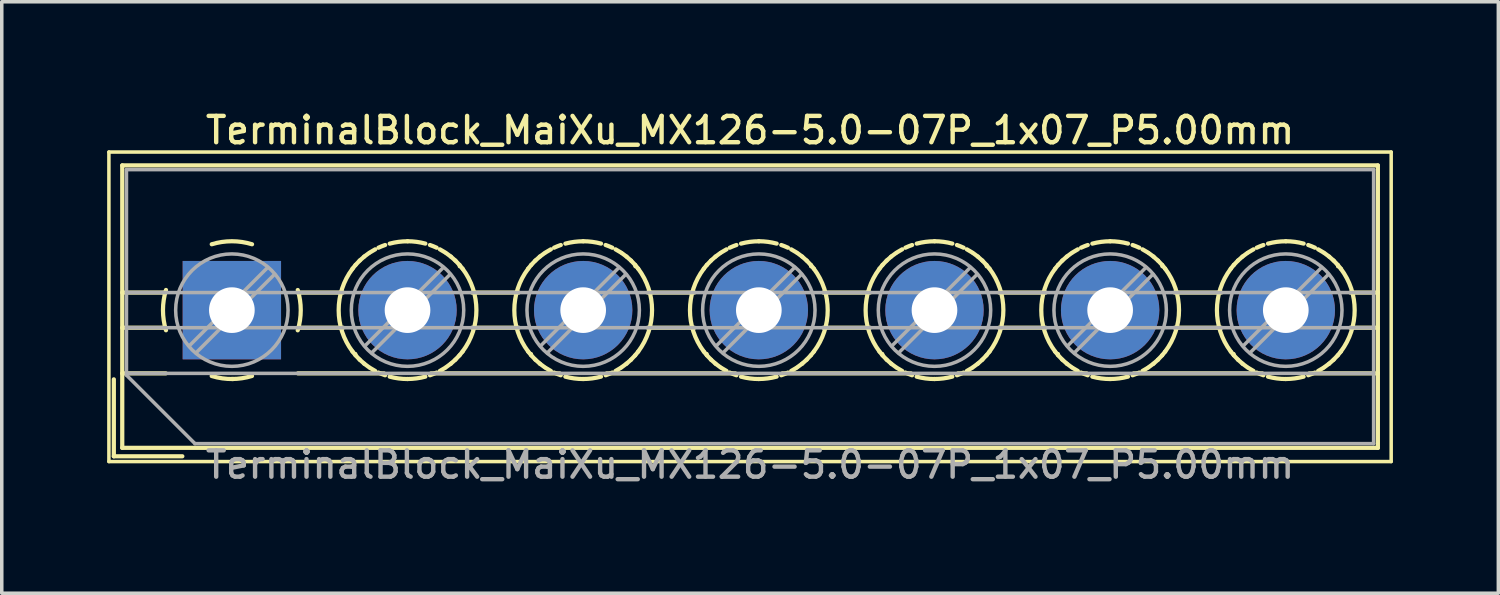
<source format=kicad_pcb>
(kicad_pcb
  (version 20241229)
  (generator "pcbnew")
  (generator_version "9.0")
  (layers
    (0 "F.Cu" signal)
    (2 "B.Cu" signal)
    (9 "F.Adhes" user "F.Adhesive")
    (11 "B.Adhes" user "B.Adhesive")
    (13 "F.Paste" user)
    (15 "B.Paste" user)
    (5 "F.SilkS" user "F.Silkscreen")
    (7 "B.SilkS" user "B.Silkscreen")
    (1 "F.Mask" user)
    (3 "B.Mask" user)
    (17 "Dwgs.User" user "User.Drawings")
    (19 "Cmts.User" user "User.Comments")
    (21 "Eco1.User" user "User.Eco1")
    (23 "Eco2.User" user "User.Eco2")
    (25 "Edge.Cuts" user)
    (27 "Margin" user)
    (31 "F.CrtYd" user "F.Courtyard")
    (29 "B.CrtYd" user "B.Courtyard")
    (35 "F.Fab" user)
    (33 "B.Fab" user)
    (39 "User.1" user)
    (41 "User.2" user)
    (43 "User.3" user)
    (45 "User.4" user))
  (footprint "TerminalBlock_MaiXu_MX126-5.0-07P_1x07_P5.00mm"
    (layer "F.Cu")
    (at 3.55 5.778)
    (property "Reference" "TerminalBlock_MaiXu_MX126-5.0-07P_1x07_P5.00mm" (at 14.75 -5.12 0) (layer "F.SilkS") (effects (font (size 0.75 0.75) (thickness 0.125))))
    (attr through_hole)
    (fp_line (start -3.5 -4.5) (end -3.5 4.31) (stroke (width 0.1) (type solid)) (layer "F.SilkS"))
    (fp_line (start -3.5 4.31) (end 33 4.31) (stroke (width 0.1) (type solid)) (layer "F.SilkS"))
    (fp_line (start -3.36 1.97) (end -3.36 4.16) (stroke (width 0.12) (type solid)) (layer "F.SilkS"))
    (fp_line (start -3.36 4.16) (end -1.41 4.16) (stroke (width 0.12) (type solid)) (layer "F.SilkS"))
    (fp_line (start -3.12 -4.12) (end -3.12 3.92) (stroke (width 0.12) (type solid)) (layer "F.SilkS"))
    (fp_line (start -3.12 -4.12) (end 32.621 -4.12) (stroke (width 0.12) (type solid)) (layer "F.SilkS"))
    (fp_line (start -3.12 -0.5) (end -1.88 -0.5) (stroke (width 0.12) (type solid)) (layer "F.SilkS"))
    (fp_line (start -3.12 0.5) (end -1.88 0.5) (stroke (width 0.12) (type solid)) (layer "F.SilkS"))
    (fp_line (start -3.12 1.8) (end -1.88 1.8) (stroke (width 0.12) (type solid)) (layer "F.SilkS"))
    (fp_line (start -3.12 3.92) (end 32.621 3.92) (stroke (width 0.12) (type solid)) (layer "F.SilkS"))
    (fp_line (start 1.88 -0.5) (end 3.165 -0.5) (stroke (width 0.12) (type solid)) (layer "F.SilkS"))
    (fp_line (start 1.88 0.5) (end 3.165 0.5) (stroke (width 0.12) (type solid)) (layer "F.SilkS"))
    (fp_line (start 1.88 1.8) (end 4.331 1.8) (stroke (width 0.12) (type solid)) (layer "F.SilkS"))
    (fp_line (start 3.514 1.248) (end 3.514 1.248) (stroke (width 0.12) (type solid)) (layer "F.SilkS"))
    (fp_line (start 5.67 1.8) (end 9.331 1.8) (stroke (width 0.12) (type solid)) (layer "F.SilkS"))
    (fp_line (start 6.487 -1.248) (end 6.487 -1.248) (stroke (width 0.12) (type solid)) (layer "F.SilkS"))
    (fp_line (start 6.836 -0.5) (end 8.165 -0.5) (stroke (width 0.12) (type solid)) (layer "F.SilkS"))
    (fp_line (start 6.836 0.5) (end 8.165 0.5) (stroke (width 0.12) (type solid)) (layer "F.SilkS"))
    (fp_line (start 8.514 1.248) (end 8.514 1.248) (stroke (width 0.12) (type solid)) (layer "F.SilkS"))
    (fp_line (start 10.67 1.8) (end 14.331 1.8) (stroke (width 0.12) (type solid)) (layer "F.SilkS"))
    (fp_line (start 11.487 -1.248) (end 11.487 -1.248) (stroke (width 0.12) (type solid)) (layer "F.SilkS"))
    (fp_line (start 11.836 -0.5) (end 13.165 -0.5) (stroke (width 0.12) (type solid)) (layer "F.SilkS"))
    (fp_line (start 11.836 0.5) (end 13.165 0.5) (stroke (width 0.12) (type solid)) (layer "F.SilkS"))
    (fp_line (start 13.514 1.248) (end 13.514 1.248) (stroke (width 0.12) (type solid)) (layer "F.SilkS"))
    (fp_line (start 15.67 1.8) (end 19.331 1.8) (stroke (width 0.12) (type solid)) (layer "F.SilkS"))
    (fp_line (start 16.487 -1.248) (end 16.487 -1.248) (stroke (width 0.12) (type solid)) (layer "F.SilkS"))
    (fp_line (start 16.836 -0.5) (end 18.165 -0.5) (stroke (width 0.12) (type solid)) (layer "F.SilkS"))
    (fp_line (start 16.836 0.5) (end 18.165 0.5) (stroke (width 0.12) (type solid)) (layer "F.SilkS"))
    (fp_line (start 18.514 1.248) (end 18.514 1.248) (stroke (width 0.12) (type solid)) (layer "F.SilkS"))
    (fp_line (start 20.67 1.8) (end 24.331 1.8) (stroke (width 0.12) (type solid)) (layer "F.SilkS"))
    (fp_line (start 21.487 -1.248) (end 21.487 -1.248) (stroke (width 0.12) (type solid)) (layer "F.SilkS"))
    (fp_line (start 21.836 -0.5) (end 23.165 -0.5) (stroke (width 0.12) (type solid)) (layer "F.SilkS"))
    (fp_line (start 21.836 0.5) (end 23.165 0.5) (stroke (width 0.12) (type solid)) (layer "F.SilkS"))
    (fp_line (start 23.514 1.248) (end 23.514 1.248) (stroke (width 0.12) (type solid)) (layer "F.SilkS"))
    (fp_line (start 25.67 1.8) (end 29.331 1.8) (stroke (width 0.12) (type solid)) (layer "F.SilkS"))
    (fp_line (start 26.487 -1.248) (end 26.487 -1.248) (stroke (width 0.12) (type solid)) (layer "F.SilkS"))
    (fp_line (start 26.836 -0.5) (end 28.165 -0.5) (stroke (width 0.12) (type solid)) (layer "F.SilkS"))
    (fp_line (start 26.836 0.5) (end 28.165 0.5) (stroke (width 0.12) (type solid)) (layer "F.SilkS"))
    (fp_line (start 28.514 1.248) (end 28.514 1.248) (stroke (width 0.12) (type solid)) (layer "F.SilkS"))
    (fp_line (start 30.67 1.8) (end 32.621 1.8) (stroke (width 0.12) (type solid)) (layer "F.SilkS"))
    (fp_line (start 31.487 -1.248) (end 31.487 -1.248) (stroke (width 0.12) (type solid)) (layer "F.SilkS"))
    (fp_line (start 31.836 -0.5) (end 32.621 -0.5) (stroke (width 0.12) (type solid)) (layer "F.SilkS"))
    (fp_line (start 31.836 0.5) (end 32.621 0.5) (stroke (width 0.12) (type solid)) (layer "F.SilkS"))
    (fp_line (start 32.621 -4.12) (end 32.621 3.92) (stroke (width 0.12) (type solid)) (layer "F.SilkS"))
    (fp_line (start 33 -4.5) (end -3.5 -4.5) (stroke (width 0.1) (type solid)) (layer "F.SilkS"))
    (fp_line (start 33 4.31) (end 33 -4.5) (stroke (width 0.1) (type solid)) (layer "F.SilkS"))
    (fp_arc (start -1.875422 0.572619) (mid -1.960893 -0.000722) (end -1.875 -0.574) (stroke (width 0.12) (type solid)) (layer "F.SilkS"))
    (fp_arc (start -0.572619 -1.875422) (mid 0.000722 -1.960893) (end 0.574 -1.875) (stroke (width 0.12) (type solid)) (layer "F.SilkS"))
    (fp_arc (start 0.0335 1.960607) (mid -0.273618 1.941709) (end -0.574 1.875) (stroke (width 0.12) (type solid)) (layer "F.SilkS"))
    (fp_arc (start 0.573049 1.874357) (mid 0.289706 1.938471) (end 0 1.96) (stroke (width 0.12) (type solid)) (layer "F.SilkS"))
    (fp_arc (start 1.875422 -0.572619) (mid 1.960893 0.000722) (end 1.875 0.574) (stroke (width 0.12) (type solid)) (layer "F.SilkS"))
    (fp_arc (start 3.434339 1.179122) (mid 3.039994 -0.000549) (end 3.435 -1.18) (stroke (width 0.12) (type solid)) (layer "F.SilkS"))
    (fp_arc (start 3.434826 -1.180695) (mid 3.476985 -1.2346) (end 3.521 -1.287) (stroke (width 0.12) (type solid)) (layer "F.SilkS"))
    (fp_arc (start 3.521125 1.286294) (mid 3.477135 1.233899) (end 3.435 1.18) (stroke (width 0.12) (type solid)) (layer "F.SilkS"))
    (fp_arc (start 3.521202 -1.287012) (mid 3.578748 -1.350291) (end 3.639 -1.411) (stroke (width 0.12) (type solid)) (layer "F.SilkS"))
    (fp_arc (start 3.63871 1.41001) (mid 3.578502 1.349289) (end 3.521 1.286) (stroke (width 0.12) (type solid)) (layer "F.SilkS"))
    (fp_arc (start 3.638867 -1.410738) (mid 3.701698 -1.468767) (end 3.767 -1.524) (stroke (width 0.12) (type solid)) (layer "F.SilkS"))
    (fp_arc (start 3.767069 1.523253) (mid 3.701799 1.468024) (end 3.639 1.41) (stroke (width 0.12) (type solid)) (layer "F.SilkS"))
    (fp_arc (start 3.767452 -1.524377) (mid 3.835117 -1.576689) (end 3.905 -1.626) (stroke (width 0.12) (type solid)) (layer "F.SilkS"))
    (fp_arc (start 3.904517 1.625664) (mid 3.834649 1.576332) (end 3.767 1.524) (stroke (width 0.12) (type solid)) (layer "F.SilkS"))
    (fp_arc (start 3.93363 -1.644317) (mid 4.00637 -1.689266) (end 4.081 -1.731) (stroke (width 0.12) (type solid)) (layer "F.SilkS"))
    (fp_arc (start 4.080344 1.730739) (mid 4.005726 1.688977) (end 3.933 1.644) (stroke (width 0.12) (type solid)) (layer "F.SilkS"))
    (fp_arc (start 4.172694 -1.777259) (mid 4.266842 -1.818121) (end 4.363 -1.854) (stroke (width 0.12) (type solid)) (layer "F.SilkS"))
    (fp_arc (start 4.362283 1.853815) (mid 4.266136 1.817899) (end 4.172 1.777) (stroke (width 0.12) (type solid)) (layer "F.SilkS"))
    (fp_arc (start 4.493681 -1.893473) (mid 4.74516 -1.943362) (end 5.001 -1.96) (stroke (width 0.12) (type solid)) (layer "F.SilkS"))
    (fp_arc (start 5.000479 1.960685) (mid 4.744554 1.943973) (end 4.493 1.894) (stroke (width 0.12) (type solid)) (layer "F.SilkS"))
    (fp_arc (start 5.000487 -1.960944) (mid 5.256437 -1.944104) (end 5.508 -1.894) (stroke (width 0.12) (type solid)) (layer "F.SilkS"))
    (fp_arc (start 5.507285 1.893215) (mid 5.255831 1.943232) (end 5 1.96) (stroke (width 0.12) (type solid)) (layer "F.SilkS"))
    (fp_arc (start 5.638712 -1.85392) (mid 5.734863 -1.817951) (end 5.829 -1.777) (stroke (width 0.12) (type solid)) (layer "F.SilkS"))
    (fp_arc (start 5.829295 1.77705) (mid 5.735155 1.818016) (end 5.639 1.854) (stroke (width 0.12) (type solid)) (layer "F.SilkS"))
    (fp_arc (start 5.920652 -1.730826) (mid 5.995273 -1.689021) (end 6.068 -1.644) (stroke (width 0.12) (type solid)) (layer "F.SilkS"))
    (fp_arc (start 6.068362 1.644143) (mid 5.995629 1.689179) (end 5.921 1.731) (stroke (width 0.12) (type solid)) (layer "F.SilkS"))
    (fp_arc (start 6.096479 -1.625751) (mid 6.16635 -1.576376) (end 6.234 -1.524) (stroke (width 0.12) (type solid)) (layer "F.SilkS"))
    (fp_arc (start 6.233457 1.523294) (mid 6.165838 1.575647) (end 6.096 1.625) (stroke (width 0.12) (type solid)) (layer "F.SilkS"))
    (fp_arc (start 6.233928 -1.523341) (mid 6.2992 -1.468068) (end 6.362 -1.41) (stroke (width 0.12) (type solid)) (layer "F.SilkS"))
    (fp_arc (start 6.36213 1.410651) (mid 6.299301 1.468723) (end 6.234 1.524) (stroke (width 0.12) (type solid)) (layer "F.SilkS"))
    (fp_arc (start 6.362286 -1.410097) (mid 6.422497 -1.349333) (end 6.48 -1.286) (stroke (width 0.12) (type solid)) (layer "F.SilkS"))
    (fp_arc (start 6.479707 1.285928) (mid 6.422207 1.349248) (end 6.362 1.41) (stroke (width 0.12) (type solid)) (layer "F.SilkS"))
    (fp_arc (start 6.479873 -1.286364) (mid 6.523865 -1.233934) (end 6.566 -1.18) (stroke (width 0.12) (type solid)) (layer "F.SilkS"))
    (fp_arc (start 6.565937 -1.180084) (mid 6.960805 -0.000052) (end 6.566 1.18) (stroke (width 0.12) (type solid)) (layer "F.SilkS"))
    (fp_arc (start 6.566102 1.179628) (mid 6.523979 1.233565) (end 6.48 1.286) (stroke (width 0.12) (type solid)) (layer "F.SilkS"))
    (fp_arc (start 8.434339 1.179122) (mid 8.039994 -0.000549) (end 8.435 -1.18) (stroke (width 0.12) (type solid)) (layer "F.SilkS"))
    (fp_arc (start 8.434826 -1.180695) (mid 8.476985 -1.2346) (end 8.521 -1.287) (stroke (width 0.12) (type solid)) (layer "F.SilkS"))
    (fp_arc (start 8.521125 1.286294) (mid 8.477135 1.233899) (end 8.435 1.18) (stroke (width 0.12) (type solid)) (layer "F.SilkS"))
    (fp_arc (start 8.521202 -1.287012) (mid 8.578748 -1.350291) (end 8.639 -1.411) (stroke (width 0.12) (type solid)) (layer "F.SilkS"))
    (fp_arc (start 8.63871 1.41001) (mid 8.578502 1.349289) (end 8.521 1.286) (stroke (width 0.12) (type solid)) (layer "F.SilkS"))
    (fp_arc (start 8.638867 -1.410738) (mid 8.701698 -1.468767) (end 8.767 -1.524) (stroke (width 0.12) (type solid)) (layer "F.SilkS"))
    (fp_arc (start 8.767069 1.523253) (mid 8.701799 1.468024) (end 8.639 1.41) (stroke (width 0.12) (type solid)) (layer "F.SilkS"))
    (fp_arc (start 8.767452 -1.524377) (mid 8.835117 -1.576689) (end 8.905 -1.626) (stroke (width 0.12) (type solid)) (layer "F.SilkS"))
    (fp_arc (start 8.904517 1.625664) (mid 8.834649 1.576332) (end 8.767 1.524) (stroke (width 0.12) (type solid)) (layer "F.SilkS"))
    (fp_arc (start 8.93363 -1.644317) (mid 9.00637 -1.689266) (end 9.081 -1.731) (stroke (width 0.12) (type solid)) (layer "F.SilkS"))
    (fp_arc (start 9.080344 1.730739) (mid 9.005726 1.688977) (end 8.933 1.644) (stroke (width 0.12) (type solid)) (layer "F.SilkS"))
    (fp_arc (start 9.172694 -1.777259) (mid 9.266842 -1.818121) (end 9.363 -1.854) (stroke (width 0.12) (type solid)) (layer "F.SilkS"))
    (fp_arc (start 9.362283 1.853815) (mid 9.266136 1.817899) (end 9.172 1.777) (stroke (width 0.12) (type solid)) (layer "F.SilkS"))
    (fp_arc (start 9.493681 -1.893473) (mid 9.74516 -1.943362) (end 10.001 -1.96) (stroke (width 0.12) (type solid)) (layer "F.SilkS"))
    (fp_arc (start 10.000479 1.960685) (mid 9.744554 1.943973) (end 9.493 1.894) (stroke (width 0.12) (type solid)) (layer "F.SilkS"))
    (fp_arc (start 10.000487 -1.960944) (mid 10.256437 -1.944104) (end 10.508 -1.894) (stroke (width 0.12) (type solid)) (layer "F.SilkS"))
    (fp_arc (start 10.507285 1.893215) (mid 10.255831 1.943232) (end 10 1.96) (stroke (width 0.12) (type solid)) (layer "F.SilkS"))
    (fp_arc (start 10.638712 -1.85392) (mid 10.734863 -1.817951) (end 10.829 -1.777) (stroke (width 0.12) (type solid)) (layer "F.SilkS"))
    (fp_arc (start 10.829295 1.77705) (mid 10.735155 1.818016) (end 10.639 1.854) (stroke (width 0.12) (type solid)) (layer "F.SilkS"))
    (fp_arc (start 10.920652 -1.730826) (mid 10.995273 -1.689021) (end 11.068 -1.644) (stroke (width 0.12) (type solid)) (layer "F.SilkS"))
    (fp_arc (start 11.068362 1.644143) (mid 10.995629 1.689179) (end 10.921 1.731) (stroke (width 0.12) (type solid)) (layer "F.SilkS"))
    (fp_arc (start 11.096479 -1.625751) (mid 11.16635 -1.576376) (end 11.234 -1.524) (stroke (width 0.12) (type solid)) (layer "F.SilkS"))
    (fp_arc (start 11.233457 1.523294) (mid 11.165838 1.575647) (end 11.096 1.625) (stroke (width 0.12) (type solid)) (layer "F.SilkS"))
    (fp_arc (start 11.233928 -1.523341) (mid 11.2992 -1.468068) (end 11.362 -1.41) (stroke (width 0.12) (type solid)) (layer "F.SilkS"))
    (fp_arc (start 11.36213 1.410651) (mid 11.299301 1.468723) (end 11.234 1.524) (stroke (width 0.12) (type solid)) (layer "F.SilkS"))
    (fp_arc (start 11.362286 -1.410097) (mid 11.422497 -1.349333) (end 11.48 -1.286) (stroke (width 0.12) (type solid)) (layer "F.SilkS"))
    (fp_arc (start 11.479707 1.285928) (mid 11.422207 1.349248) (end 11.362 1.41) (stroke (width 0.12) (type solid)) (layer "F.SilkS"))
    (fp_arc (start 11.479873 -1.286364) (mid 11.523865 -1.233934) (end 11.566 -1.18) (stroke (width 0.12) (type solid)) (layer "F.SilkS"))
    (fp_arc (start 11.565937 -1.180084) (mid 11.960805 -0.000052) (end 11.566 1.18) (stroke (width 0.12) (type solid)) (layer "F.SilkS"))
    (fp_arc (start 11.566102 1.179628) (mid 11.523979 1.233565) (end 11.48 1.286) (stroke (width 0.12) (type solid)) (layer "F.SilkS"))
    (fp_arc (start 13.434339 1.179122) (mid 13.039994 -0.000549) (end 13.435 -1.18) (stroke (width 0.12) (type solid)) (layer "F.SilkS"))
    (fp_arc (start 13.434826 -1.180695) (mid 13.476985 -1.2346) (end 13.521 -1.287) (stroke (width 0.12) (type solid)) (layer "F.SilkS"))
    (fp_arc (start 13.521125 1.286294) (mid 13.477135 1.233899) (end 13.435 1.18) (stroke (width 0.12) (type solid)) (layer "F.SilkS"))
    (fp_arc (start 13.521202 -1.287012) (mid 13.578748 -1.350291) (end 13.639 -1.411) (stroke (width 0.12) (type solid)) (layer "F.SilkS"))
    (fp_arc (start 13.63871 1.41001) (mid 13.578502 1.349289) (end 13.521 1.286) (stroke (width 0.12) (type solid)) (layer "F.SilkS"))
    (fp_arc (start 13.638867 -1.410738) (mid 13.701698 -1.468767) (end 13.767 -1.524) (stroke (width 0.12) (type solid)) (layer "F.SilkS"))
    (fp_arc (start 13.767069 1.523253) (mid 13.701799 1.468024) (end 13.639 1.41) (stroke (width 0.12) (type solid)) (layer "F.SilkS"))
    (fp_arc (start 13.767452 -1.524377) (mid 13.835117 -1.576689) (end 13.905 -1.626) (stroke (width 0.12) (type solid)) (layer "F.SilkS"))
    (fp_arc (start 13.904517 1.625664) (mid 13.834649 1.576332) (end 13.767 1.524) (stroke (width 0.12) (type solid)) (layer "F.SilkS"))
    (fp_arc (start 13.93363 -1.644317) (mid 14.00637 -1.689266) (end 14.081 -1.731) (stroke (width 0.12) (type solid)) (layer "F.SilkS"))
    (fp_arc (start 14.080344 1.730739) (mid 14.005726 1.688977) (end 13.933 1.644) (stroke (width 0.12) (type solid)) (layer "F.SilkS"))
    (fp_arc (start 14.172694 -1.777259) (mid 14.266842 -1.818121) (end 14.363 -1.854) (stroke (width 0.12) (type solid)) (layer "F.SilkS"))
    (fp_arc (start 14.362283 1.853815) (mid 14.266136 1.817899) (end 14.172 1.777) (stroke (width 0.12) (type solid)) (layer "F.SilkS"))
    (fp_arc (start 14.493681 -1.893473) (mid 14.74516 -1.943362) (end 15.001 -1.96) (stroke (width 0.12) (type solid)) (layer "F.SilkS"))
    (fp_arc (start 15.000479 1.960685) (mid 14.744554 1.943973) (end 14.493 1.894) (stroke (width 0.12) (type solid)) (layer "F.SilkS"))
    (fp_arc (start 15.000487 -1.960944) (mid 15.256437 -1.944104) (end 15.508 -1.894) (stroke (width 0.12) (type solid)) (layer "F.SilkS"))
    (fp_arc (start 15.507285 1.893215) (mid 15.255831 1.943232) (end 15 1.96) (stroke (width 0.12) (type solid)) (layer "F.SilkS"))
    (fp_arc (start 15.638712 -1.85392) (mid 15.734863 -1.817951) (end 15.829 -1.777) (stroke (width 0.12) (type solid)) (layer "F.SilkS"))
    (fp_arc (start 15.829295 1.77705) (mid 15.735155 1.818016) (end 15.639 1.854) (stroke (width 0.12) (type solid)) (layer "F.SilkS"))
    (fp_arc (start 15.920652 -1.730826) (mid 15.995273 -1.689021) (end 16.068 -1.644) (stroke (width 0.12) (type solid)) (layer "F.SilkS"))
    (fp_arc (start 16.068362 1.644143) (mid 15.995629 1.689179) (end 15.921 1.731) (stroke (width 0.12) (type solid)) (layer "F.SilkS"))
    (fp_arc (start 16.096479 -1.625751) (mid 16.16635 -1.576376) (end 16.234 -1.524) (stroke (width 0.12) (type solid)) (layer "F.SilkS"))
    (fp_arc (start 16.233457 1.523294) (mid 16.165838 1.575647) (end 16.096 1.625) (stroke (width 0.12) (type solid)) (layer "F.SilkS"))
    (fp_arc (start 16.233928 -1.523341) (mid 16.2992 -1.468068) (end 16.362 -1.41) (stroke (width 0.12) (type solid)) (layer "F.SilkS"))
    (fp_arc (start 16.36213 1.410651) (mid 16.299301 1.468723) (end 16.234 1.524) (stroke (width 0.12) (type solid)) (layer "F.SilkS"))
    (fp_arc (start 16.362286 -1.410097) (mid 16.422497 -1.349333) (end 16.48 -1.286) (stroke (width 0.12) (type solid)) (layer "F.SilkS"))
    (fp_arc (start 16.479707 1.285928) (mid 16.422207 1.349248) (end 16.362 1.41) (stroke (width 0.12) (type solid)) (layer "F.SilkS"))
    (fp_arc (start 16.479873 -1.286364) (mid 16.523865 -1.233934) (end 16.566 -1.18) (stroke (width 0.12) (type solid)) (layer "F.SilkS"))
    (fp_arc (start 16.565937 -1.180084) (mid 16.960805 -0.000052) (end 16.566 1.18) (stroke (width 0.12) (type solid)) (layer "F.SilkS"))
    (fp_arc (start 16.566102 1.179628) (mid 16.523979 1.233565) (end 16.48 1.286) (stroke (width 0.12) (type solid)) (layer "F.SilkS"))
    (fp_arc (start 18.434339 1.179122) (mid 18.039994 -0.000549) (end 18.435 -1.18) (stroke (width 0.12) (type solid)) (layer "F.SilkS"))
    (fp_arc (start 18.434826 -1.180695) (mid 18.476985 -1.2346) (end 18.521 -1.287) (stroke (width 0.12) (type solid)) (layer "F.SilkS"))
    (fp_arc (start 18.521125 1.286294) (mid 18.477135 1.233899) (end 18.435 1.18) (stroke (width 0.12) (type solid)) (layer "F.SilkS"))
    (fp_arc (start 18.521202 -1.287012) (mid 18.578748 -1.350291) (end 18.639 -1.411) (stroke (width 0.12) (type solid)) (layer "F.SilkS"))
    (fp_arc (start 18.63871 1.41001) (mid 18.578502 1.349289) (end 18.521 1.286) (stroke (width 0.12) (type solid)) (layer "F.SilkS"))
    (fp_arc (start 18.638867 -1.410738) (mid 18.701698 -1.468767) (end 18.767 -1.524) (stroke (width 0.12) (type solid)) (layer "F.SilkS"))
    (fp_arc (start 18.767069 1.523253) (mid 18.701799 1.468024) (end 18.639 1.41) (stroke (width 0.12) (type solid)) (layer "F.SilkS"))
    (fp_arc (start 18.767452 -1.524377) (mid 18.835117 -1.576689) (end 18.905 -1.626) (stroke (width 0.12) (type solid)) (layer "F.SilkS"))
    (fp_arc (start 18.904517 1.625664) (mid 18.834649 1.576332) (end 18.767 1.524) (stroke (width 0.12) (type solid)) (layer "F.SilkS"))
    (fp_arc (start 18.93363 -1.644317) (mid 19.00637 -1.689266) (end 19.081 -1.731) (stroke (width 0.12) (type solid)) (layer "F.SilkS"))
    (fp_arc (start 19.080344 1.730739) (mid 19.005726 1.688977) (end 18.933 1.644) (stroke (width 0.12) (type solid)) (layer "F.SilkS"))
    (fp_arc (start 19.172694 -1.777259) (mid 19.266842 -1.818121) (end 19.363 -1.854) (stroke (width 0.12) (type solid)) (layer "F.SilkS"))
    (fp_arc (start 19.362283 1.853815) (mid 19.266136 1.817899) (end 19.172 1.777) (stroke (width 0.12) (type solid)) (layer "F.SilkS"))
    (fp_arc (start 19.493681 -1.893473) (mid 19.74516 -1.943362) (end 20.001 -1.96) (stroke (width 0.12) (type solid)) (layer "F.SilkS"))
    (fp_arc (start 20.000479 1.960685) (mid 19.744554 1.943973) (end 19.493 1.894) (stroke (width 0.12) (type solid)) (layer "F.SilkS"))
    (fp_arc (start 20.000487 -1.960944) (mid 20.256437 -1.944104) (end 20.508 -1.894) (stroke (width 0.12) (type solid)) (layer "F.SilkS"))
    (fp_arc (start 20.507285 1.893215) (mid 20.255831 1.943232) (end 20 1.96) (stroke (width 0.12) (type solid)) (layer "F.SilkS"))
    (fp_arc (start 20.638712 -1.85392) (mid 20.734863 -1.817951) (end 20.829 -1.777) (stroke (width 0.12) (type solid)) (layer "F.SilkS"))
    (fp_arc (start 20.829295 1.77705) (mid 20.735155 1.818016) (end 20.639 1.854) (stroke (width 0.12) (type solid)) (layer "F.SilkS"))
    (fp_arc (start 20.920652 -1.730826) (mid 20.995273 -1.689021) (end 21.068 -1.644) (stroke (width 0.12) (type solid)) (layer "F.SilkS"))
    (fp_arc (start 21.068362 1.644143) (mid 20.995629 1.689179) (end 20.921 1.731) (stroke (width 0.12) (type solid)) (layer "F.SilkS"))
    (fp_arc (start 21.096479 -1.625751) (mid 21.16635 -1.576376) (end 21.234 -1.524) (stroke (width 0.12) (type solid)) (layer "F.SilkS"))
    (fp_arc (start 21.233457 1.523294) (mid 21.165838 1.575647) (end 21.096 1.625) (stroke (width 0.12) (type solid)) (layer "F.SilkS"))
    (fp_arc (start 21.233928 -1.523341) (mid 21.2992 -1.468068) (end 21.362 -1.41) (stroke (width 0.12) (type solid)) (layer "F.SilkS"))
    (fp_arc (start 21.36213 1.410651) (mid 21.299301 1.468723) (end 21.234 1.524) (stroke (width 0.12) (type solid)) (layer "F.SilkS"))
    (fp_arc (start 21.362286 -1.410097) (mid 21.422497 -1.349333) (end 21.48 -1.286) (stroke (width 0.12) (type solid)) (layer "F.SilkS"))
    (fp_arc (start 21.479707 1.285928) (mid 21.422207 1.349248) (end 21.362 1.41) (stroke (width 0.12) (type solid)) (layer "F.SilkS"))
    (fp_arc (start 21.479873 -1.286364) (mid 21.523865 -1.233934) (end 21.566 -1.18) (stroke (width 0.12) (type solid)) (layer "F.SilkS"))
    (fp_arc (start 21.565937 -1.180084) (mid 21.960805 -0.000052) (end 21.566 1.18) (stroke (width 0.12) (type solid)) (layer "F.SilkS"))
    (fp_arc (start 21.566102 1.179628) (mid 21.523979 1.233565) (end 21.48 1.286) (stroke (width 0.12) (type solid)) (layer "F.SilkS"))
    (fp_arc (start 23.434339 1.179122) (mid 23.039994 -0.000549) (end 23.435 -1.18) (stroke (width 0.12) (type solid)) (layer "F.SilkS"))
    (fp_arc (start 23.434826 -1.180695) (mid 23.476985 -1.2346) (end 23.521 -1.287) (stroke (width 0.12) (type solid)) (layer "F.SilkS"))
    (fp_arc (start 23.521125 1.286294) (mid 23.477135 1.233899) (end 23.435 1.18) (stroke (width 0.12) (type solid)) (layer "F.SilkS"))
    (fp_arc (start 23.521202 -1.287012) (mid 23.578748 -1.350291) (end 23.639 -1.411) (stroke (width 0.12) (type solid)) (layer "F.SilkS"))
    (fp_arc (start 23.63871 1.41001) (mid 23.578502 1.349289) (end 23.521 1.286) (stroke (width 0.12) (type solid)) (layer "F.SilkS"))
    (fp_arc (start 23.638867 -1.410738) (mid 23.701698 -1.468767) (end 23.767 -1.524) (stroke (width 0.12) (type solid)) (layer "F.SilkS"))
    (fp_arc (start 23.767069 1.523253) (mid 23.701799 1.468024) (end 23.639 1.41) (stroke (width 0.12) (type solid)) (layer "F.SilkS"))
    (fp_arc (start 23.767452 -1.524377) (mid 23.835117 -1.576689) (end 23.905 -1.626) (stroke (width 0.12) (type solid)) (layer "F.SilkS"))
    (fp_arc (start 23.904517 1.625664) (mid 23.834649 1.576332) (end 23.767 1.524) (stroke (width 0.12) (type solid)) (layer "F.SilkS"))
    (fp_arc (start 23.93363 -1.644317) (mid 24.00637 -1.689266) (end 24.081 -1.731) (stroke (width 0.12) (type solid)) (layer "F.SilkS"))
    (fp_arc (start 24.080344 1.730739) (mid 24.005726 1.688977) (end 23.933 1.644) (stroke (width 0.12) (type solid)) (layer "F.SilkS"))
    (fp_arc (start 24.172694 -1.777259) (mid 24.266842 -1.818121) (end 24.363 -1.854) (stroke (width 0.12) (type solid)) (layer "F.SilkS"))
    (fp_arc (start 24.362283 1.853815) (mid 24.266136 1.817899) (end 24.172 1.777) (stroke (width 0.12) (type solid)) (layer "F.SilkS"))
    (fp_arc (start 24.493681 -1.893473) (mid 24.74516 -1.943362) (end 25.001 -1.96) (stroke (width 0.12) (type solid)) (layer "F.SilkS"))
    (fp_arc (start 25.000479 1.960685) (mid 24.744554 1.943973) (end 24.493 1.894) (stroke (width 0.12) (type solid)) (layer "F.SilkS"))
    (fp_arc (start 25.000487 -1.960944) (mid 25.256437 -1.944104) (end 25.508 -1.894) (stroke (width 0.12) (type solid)) (layer "F.SilkS"))
    (fp_arc (start 25.507285 1.893215) (mid 25.255831 1.943232) (end 25 1.96) (stroke (width 0.12) (type solid)) (layer "F.SilkS"))
    (fp_arc (start 25.638712 -1.85392) (mid 25.734863 -1.817951) (end 25.829 -1.777) (stroke (width 0.12) (type solid)) (layer "F.SilkS"))
    (fp_arc (start 25.829295 1.77705) (mid 25.735155 1.818016) (end 25.639 1.854) (stroke (width 0.12) (type solid)) (layer "F.SilkS"))
    (fp_arc (start 25.920652 -1.730826) (mid 25.995273 -1.689021) (end 26.068 -1.644) (stroke (width 0.12) (type solid)) (layer "F.SilkS"))
    (fp_arc (start 26.068362 1.644143) (mid 25.995629 1.689179) (end 25.921 1.731) (stroke (width 0.12) (type solid)) (layer "F.SilkS"))
    (fp_arc (start 26.096479 -1.625751) (mid 26.16635 -1.576376) (end 26.234 -1.524) (stroke (width 0.12) (type solid)) (layer "F.SilkS"))
    (fp_arc (start 26.233457 1.523294) (mid 26.165838 1.575647) (end 26.096 1.625) (stroke (width 0.12) (type solid)) (layer "F.SilkS"))
    (fp_arc (start 26.233928 -1.523341) (mid 26.2992 -1.468068) (end 26.362 -1.41) (stroke (width 0.12) (type solid)) (layer "F.SilkS"))
    (fp_arc (start 26.36213 1.410651) (mid 26.299301 1.468723) (end 26.234 1.524) (stroke (width 0.12) (type solid)) (layer "F.SilkS"))
    (fp_arc (start 26.362286 -1.410097) (mid 26.422497 -1.349333) (end 26.48 -1.286) (stroke (width 0.12) (type solid)) (layer "F.SilkS"))
    (fp_arc (start 26.479707 1.285928) (mid 26.422207 1.349248) (end 26.362 1.41) (stroke (width 0.12) (type solid)) (layer "F.SilkS"))
    (fp_arc (start 26.479873 -1.286364) (mid 26.523865 -1.233934) (end 26.566 -1.18) (stroke (width 0.12) (type solid)) (layer "F.SilkS"))
    (fp_arc (start 26.565937 -1.180084) (mid 26.960805 -0.000052) (end 26.566 1.18) (stroke (width 0.12) (type solid)) (layer "F.SilkS"))
    (fp_arc (start 26.566102 1.179628) (mid 26.523979 1.233565) (end 26.48 1.286) (stroke (width 0.12) (type solid)) (layer "F.SilkS"))
    (fp_arc (start 28.434339 1.179122) (mid 28.039994 -0.000549) (end 28.435 -1.18) (stroke (width 0.12) (type solid)) (layer "F.SilkS"))
    (fp_arc (start 28.434826 -1.180695) (mid 28.476985 -1.2346) (end 28.521 -1.287) (stroke (width 0.12) (type solid)) (layer "F.SilkS"))
    (fp_arc (start 28.521125 1.286294) (mid 28.477135 1.233899) (end 28.435 1.18) (stroke (width 0.12) (type solid)) (layer "F.SilkS"))
    (fp_arc (start 28.521202 -1.287012) (mid 28.578748 -1.350291) (end 28.639 -1.411) (stroke (width 0.12) (type solid)) (layer "F.SilkS"))
    (fp_arc (start 28.63871 1.41001) (mid 28.578502 1.349289) (end 28.521 1.286) (stroke (width 0.12) (type solid)) (layer "F.SilkS"))
    (fp_arc (start 28.638867 -1.410738) (mid 28.701698 -1.468767) (end 28.767 -1.524) (stroke (width 0.12) (type solid)) (layer "F.SilkS"))
    (fp_arc (start 28.767069 1.523253) (mid 28.701799 1.468024) (end 28.639 1.41) (stroke (width 0.12) (type solid)) (layer "F.SilkS"))
    (fp_arc (start 28.767452 -1.524377) (mid 28.835117 -1.576689) (end 28.905 -1.626) (stroke (width 0.12) (type solid)) (layer "F.SilkS"))
    (fp_arc (start 28.904517 1.625664) (mid 28.834649 1.576332) (end 28.767 1.524) (stroke (width 0.12) (type solid)) (layer "F.SilkS"))
    (fp_arc (start 28.93363 -1.644317) (mid 29.00637 -1.689266) (end 29.081 -1.731) (stroke (width 0.12) (type solid)) (layer "F.SilkS"))
    (fp_arc (start 29.080344 1.730739) (mid 29.005726 1.688977) (end 28.933 1.644) (stroke (width 0.12) (type solid)) (layer "F.SilkS"))
    (fp_arc (start 29.172694 -1.777259) (mid 29.266842 -1.818121) (end 29.363 -1.854) (stroke (width 0.12) (type solid)) (layer "F.SilkS"))
    (fp_arc (start 29.362283 1.853815) (mid 29.266136 1.817899) (end 29.172 1.777) (stroke (width 0.12) (type solid)) (layer "F.SilkS"))
    (fp_arc (start 29.493681 -1.893473) (mid 29.74516 -1.943362) (end 30.001 -1.96) (stroke (width 0.12) (type solid)) (layer "F.SilkS"))
    (fp_arc (start 30.000479 1.960685) (mid 29.744554 1.943973) (end 29.493 1.894) (stroke (width 0.12) (type solid)) (layer "F.SilkS"))
    (fp_arc (start 30.000487 -1.960944) (mid 30.256437 -1.944104) (end 30.508 -1.894) (stroke (width 0.12) (type solid)) (layer "F.SilkS"))
    (fp_arc (start 30.507285 1.893215) (mid 30.255831 1.943232) (end 30 1.96) (stroke (width 0.12) (type solid)) (layer "F.SilkS"))
    (fp_arc (start 30.638712 -1.85392) (mid 30.734863 -1.817951) (end 30.829 -1.777) (stroke (width 0.12) (type solid)) (layer "F.SilkS"))
    (fp_arc (start 30.829295 1.77705) (mid 30.735155 1.818016) (end 30.639 1.854) (stroke (width 0.12) (type solid)) (layer "F.SilkS"))
    (fp_arc (start 30.920652 -1.730826) (mid 30.995273 -1.689021) (end 31.068 -1.644) (stroke (width 0.12) (type solid)) (layer "F.SilkS"))
    (fp_arc (start 31.068362 1.644143) (mid 30.995629 1.689179) (end 30.921 1.731) (stroke (width 0.12) (type solid)) (layer "F.SilkS"))
    (fp_arc (start 31.096479 -1.625751) (mid 31.16635 -1.576376) (end 31.234 -1.524) (stroke (width 0.12) (type solid)) (layer "F.SilkS"))
    (fp_arc (start 31.233457 1.523294) (mid 31.165838 1.575647) (end 31.096 1.625) (stroke (width 0.12) (type solid)) (layer "F.SilkS"))
    (fp_arc (start 31.233928 -1.523341) (mid 31.2992 -1.468068) (end 31.362 -1.41) (stroke (width 0.12) (type solid)) (layer "F.SilkS"))
    (fp_arc (start 31.36213 1.410651) (mid 31.299301 1.468723) (end 31.234 1.524) (stroke (width 0.12) (type solid)) (layer "F.SilkS"))
    (fp_arc (start 31.362286 -1.410097) (mid 31.422497 -1.349333) (end 31.48 -1.286) (stroke (width 0.12) (type solid)) (layer "F.SilkS"))
    (fp_arc (start 31.479707 1.285928) (mid 31.422207 1.349248) (end 31.362 1.41) (stroke (width 0.12) (type solid)) (layer "F.SilkS"))
    (fp_arc (start 31.479873 -1.286364) (mid 31.523865 -1.233934) (end 31.566 -1.18) (stroke (width 0.12) (type solid)) (layer "F.SilkS"))
    (fp_arc (start 31.565937 -1.180084) (mid 31.960805 -0.000052) (end 31.566 1.18) (stroke (width 0.12) (type solid)) (layer "F.SilkS"))
    (fp_arc (start 31.566102 1.179628) (mid 31.523979 1.233565) (end 31.48 1.286) (stroke (width 0.12) (type solid)) (layer "F.SilkS"))
    (fp_line (start -3 -4) (end 32.5 -4) (stroke (width 0.1) (type solid)) (layer "F.Fab"))
    (fp_line (start -3 -0.5) (end 32.5 -0.5) (stroke (width 0.1) (type solid)) (layer "F.Fab"))
    (fp_line (start -3 0.5) (end 32.5 0.5) (stroke (width 0.1) (type solid)) (layer "F.Fab"))
    (fp_line (start -3 1.8) (end 32.5 1.8) (stroke (width 0.1) (type solid)) (layer "F.Fab"))
    (fp_line (start -3 1.85) (end -3 -4) (stroke (width 0.1) (type solid)) (layer "F.Fab"))
    (fp_line (start -1.05 3.8) (end -3 1.85) (stroke (width 0.1) (type solid)) (layer "F.Fab"))
    (fp_line (start 1.019 -1.214) (end -1.214 1.018) (stroke (width 0.1) (type solid)) (layer "F.Fab"))
    (fp_line (start 1.214 -1.019) (end -1.019 1.214) (stroke (width 0.1) (type solid)) (layer "F.Fab"))
    (fp_line (start 6.019 -1.214) (end 3.787 1.018) (stroke (width 0.1) (type solid)) (layer "F.Fab"))
    (fp_line (start 6.214 -1.019) (end 3.982 1.214) (stroke (width 0.1) (type solid)) (layer "F.Fab"))
    (fp_line (start 11.019 -1.214) (end 8.787 1.018) (stroke (width 0.1) (type solid)) (layer "F.Fab"))
    (fp_line (start 11.214 -1.019) (end 8.982 1.214) (stroke (width 0.1) (type solid)) (layer "F.Fab"))
    (fp_line (start 16.019 -1.214) (end 13.787 1.018) (stroke (width 0.1) (type solid)) (layer "F.Fab"))
    (fp_line (start 16.214 -1.019) (end 13.982 1.214) (stroke (width 0.1) (type solid)) (layer "F.Fab"))
    (fp_line (start 21.019 -1.214) (end 18.787 1.018) (stroke (width 0.1) (type solid)) (layer "F.Fab"))
    (fp_line (start 21.214 -1.019) (end 18.982 1.214) (stroke (width 0.1) (type solid)) (layer "F.Fab"))
    (fp_line (start 26.019 -1.214) (end 23.787 1.018) (stroke (width 0.1) (type solid)) (layer "F.Fab"))
    (fp_line (start 26.214 -1.019) (end 23.982 1.214) (stroke (width 0.1) (type solid)) (layer "F.Fab"))
    (fp_line (start 31.019 -1.214) (end 28.787 1.018) (stroke (width 0.1) (type solid)) (layer "F.Fab"))
    (fp_line (start 31.214 -1.019) (end 28.982 1.214) (stroke (width 0.1) (type solid)) (layer "F.Fab"))
    (fp_line (start 32.5 -4) (end 32.5 3.8) (stroke (width 0.1) (type solid)) (layer "F.Fab"))
    (fp_line (start 32.5 3.8) (end -1.05 3.8) (stroke (width 0.1) (type solid)) (layer "F.Fab"))
    (fp_circle (center 0 0) (end 1.6 0) (stroke (width 0.1) (type solid)) (fill no) (layer "F.Fab"))
    (fp_circle (center 5 0) (end 6.6 0) (stroke (width 0.1) (type solid)) (fill no) (layer "F.Fab"))
    (fp_circle (center 10 0) (end 11.6 0) (stroke (width 0.1) (type solid)) (fill no) (layer "F.Fab"))
    (fp_circle (center 15 0) (end 16.6 0) (stroke (width 0.1) (type solid)) (fill no) (layer "F.Fab"))
    (fp_circle (center 20 0) (end 21.6 0) (stroke (width 0.1) (type solid)) (fill no) (layer "F.Fab"))
    (fp_circle (center 25 0) (end 26.6 0) (stroke (width 0.1) (type solid)) (fill no) (layer "F.Fab"))
    (fp_circle (center 30 0) (end 31.6 0) (stroke (width 0.1) (type solid)) (fill no) (layer "F.Fab"))
    (fp_text user "${REFERENCE}" (at 14.75 4.4 0) (layer "F.Fab") (effects (font (size 0.75 0.75) (thickness 0.125))))
    (pad "1" thru_hole rect (at 0 0) (size 2.8 2.8) (drill 1.3) (layers "*.Cu" "*.Mask"))
    (pad "2" thru_hole circle (at 5 0) (size 2.8 2.8) (drill 1.3) (layers "*.Cu" "*.Mask"))
    (pad "3" thru_hole circle (at 10 0) (size 2.8 2.8) (drill 1.3) (layers "*.Cu" "*.Mask"))
    (pad "4" thru_hole circle (at 15 0) (size 2.8 2.8) (drill 1.3) (layers "*.Cu" "*.Mask"))
    (pad "5" thru_hole circle (at 20 0) (size 2.8 2.8) (drill 1.3) (layers "*.Cu" "*.Mask"))
    (pad "6" thru_hole circle (at 25 0) (size 2.8 2.8) (drill 1.3) (layers "*.Cu" "*.Mask"))
    (pad "7" thru_hole circle (at 30 0) (size 2.8 2.8) (drill 1.3) (layers "*.Cu" "*.Mask")))
  (gr_rect
    (start -3 -3)
    (end 39.6 13.836)
    (stroke (width 0.1) (type default))
    (fill no)
    (layer "Edge.Cuts")))
</source>
